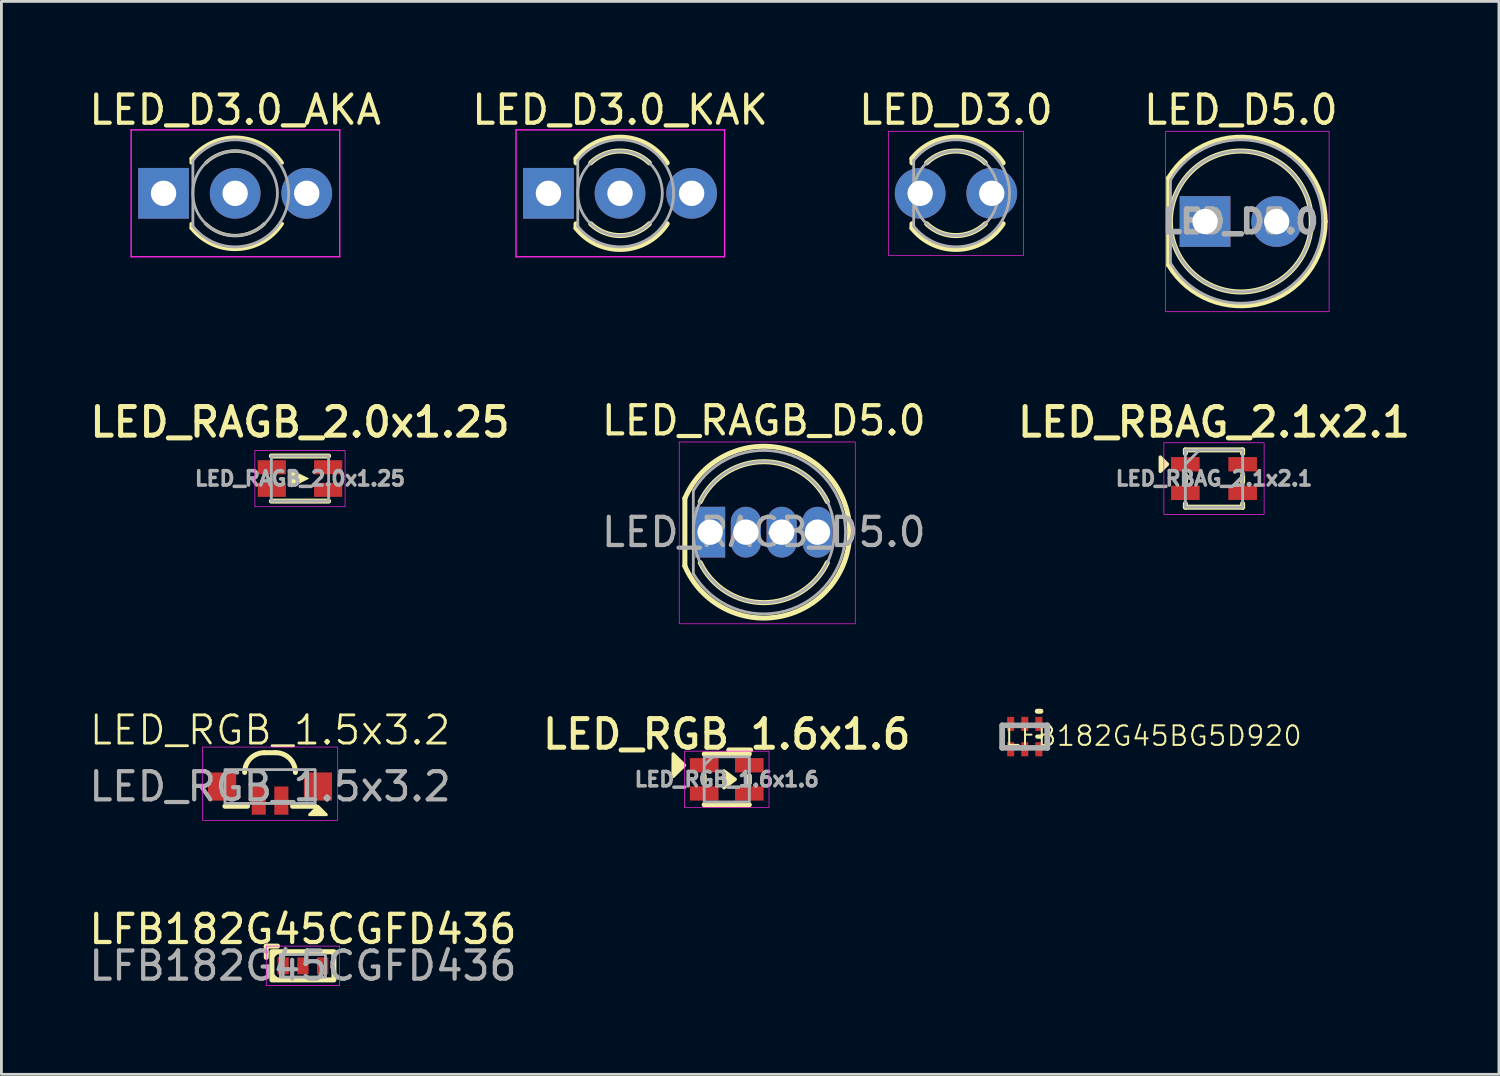
<source format=kicad_pcb>
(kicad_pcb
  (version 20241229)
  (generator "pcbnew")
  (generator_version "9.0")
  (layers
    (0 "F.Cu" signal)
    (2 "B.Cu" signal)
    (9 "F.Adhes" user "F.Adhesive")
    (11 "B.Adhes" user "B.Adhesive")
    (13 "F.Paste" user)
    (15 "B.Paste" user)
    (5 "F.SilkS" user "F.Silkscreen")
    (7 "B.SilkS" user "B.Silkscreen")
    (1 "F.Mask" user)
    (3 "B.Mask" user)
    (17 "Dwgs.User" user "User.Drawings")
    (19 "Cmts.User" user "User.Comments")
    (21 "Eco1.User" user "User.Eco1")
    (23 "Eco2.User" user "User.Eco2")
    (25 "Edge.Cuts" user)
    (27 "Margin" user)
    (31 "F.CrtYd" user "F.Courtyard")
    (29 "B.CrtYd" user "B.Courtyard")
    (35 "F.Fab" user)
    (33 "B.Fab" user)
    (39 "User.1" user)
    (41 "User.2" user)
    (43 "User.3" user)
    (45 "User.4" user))
  (footprint "LED_D5.0"
    (layer "F.Cu")
    (at 40.97 4.808)
    (property "Reference" "LED_D5.0" (at 0 -3.96 0) (layer "F.SilkS") (effects (font (size 1 1) (thickness 0.15))))
    (attr through_hole)
    (fp_line (start -2.56 -1.545) (end -2.56 1.545) (stroke (width 0.178) (type solid)) (layer "F.SilkS"))
    (fp_arc (start -2.56 -1.54483) (mid 0.802001 -2.880432) (end 2.99 0.000462) (stroke (width 0.1778) (type solid)) (layer "F.SilkS"))
    (fp_arc (start 2.99 -0.000462) (mid 0.802002 2.880433) (end -2.56 1.54483) (stroke (width 0.1778) (type solid)) (layer "F.SilkS"))
    (fp_circle (center 0 0) (end 2.5 0) (stroke (width 0.178) (type solid)) (fill no) (layer "F.SilkS"))
    (fp_rect (start -2.67 -3.2) (end 3.13 3.2) (stroke (width 0.025) (type default)) (fill no) (layer "F.CrtYd"))
    (fp_line (start -2.5 -1.47) (end -2.5 1.47) (stroke (width 0.1) (type solid)) (layer "F.Fab"))
    (fp_arc (start -2.5 -1.469694) (mid 2.9 0.000016) (end -2.500016 1.469666) (stroke (width 0.1) (type solid)) (layer "F.Fab"))
    (fp_circle (center 0 0) (end 2.5 0) (stroke (width 0.1) (type solid)) (fill no) (layer "F.Fab"))
    (fp_text user "${REFERENCE}" (at -0.02 0 0) (layer "F.Fab") (effects (font (size 0.8 0.8) (thickness 0.2))))
    (pad "A" thru_hole rect (at -1.27 0) (size 1.8 1.8) (drill 0.9) (layers "*.Cu" "*.Mask"))
    (pad "K" thru_hole circle (at 1.27 0) (size 1.8 1.8) (drill 0.9) (layers "*.Cu" "*.Mask")))
  (footprint "LED_D3.0_KAK"
    (layer "F.Cu")
    (at 18.946 3.808)
    (property "Reference" "LED_D3.0_KAK" (at 0 -2.96 0) (layer "F.SilkS") (effects (font (size 1 1) (thickness 0.15))))
    (attr through_hole)
    (fp_line (start -1.56 -1.236) (end -1.56 -1.08) (stroke (width 0.178) (type solid)) (layer "F.SilkS"))
    (fp_line (start -1.56 1.08) (end -1.56 1.236) (stroke (width 0.178) (type solid)) (layer "F.SilkS"))
    (fp_arc (start -1.56 -1.235516) (mid 0.096487 -1.987658) (end 1.672335 -1.078608) (stroke (width 0.1778) (type solid)) (layer "F.SilkS"))
    (fp_arc (start -1.040961 -1.08) (mid 0.000117 -1.5) (end 1.04113 -1.079837) (stroke (width 0.1778) (type solid)) (layer "F.SilkS"))
    (fp_arc (start 1.04113 1.079837) (mid 0.000117 1.5) (end -1.040961 1.08) (stroke (width 0.1778) (type solid)) (layer "F.SilkS"))
    (fp_arc (start 1.672335 1.078608) (mid 0.096487 1.987659) (end -1.56 1.235516) (stroke (width 0.1778) (type solid)) (layer "F.SilkS"))
    (fp_line (start -3.69 -2.25) (end -3.69 2.25) (stroke (width 0.05) (type solid)) (layer "F.CrtYd"))
    (fp_line (start -3.69 2.25) (end 3.71 2.25) (stroke (width 0.05) (type solid)) (layer "F.CrtYd"))
    (fp_line (start 3.71 -2.25) (end -3.69 -2.25) (stroke (width 0.05) (type solid)) (layer "F.CrtYd"))
    (fp_line (start 3.71 2.25) (end 3.71 -2.25) (stroke (width 0.05) (type solid)) (layer "F.CrtYd"))
    (fp_line (start -1.5 -1.166) (end -1.5 1.166) (stroke (width 0.1) (type solid)) (layer "F.Fab"))
    (fp_arc (start -1.5 -1.16619) (mid 1.9 0.000452) (end -1.500555 1.165476) (stroke (width 0.1) (type solid)) (layer "F.Fab"))
    (fp_circle (center 0 0) (end 1.5 0) (stroke (width 0.1) (type solid)) (fill no) (layer "F.Fab"))
    (pad "A" thru_hole circle (at 0 0) (size 1.8 1.8) (drill 0.9) (layers "*.Cu" "*.Mask"))
    (pad "K1" thru_hole rect (at -2.54 0) (size 1.8 1.8) (drill 0.9) (layers "*.Cu" "*.Mask"))
    (pad "K2" thru_hole circle (at 2.54 0) (size 1.8 1.8) (drill 0.9) (layers "*.Cu" "*.Mask")))
  (footprint "LED_D3.0_AKA"
    (layer "F.Cu")
    (at 5.292 3.808)
    (property "Reference" "LED_D3.0_AKA" (at 0 -2.96 0) (layer "F.SilkS") (effects (font (size 1 1) (thickness 0.15))))
    (attr through_hole)
    (fp_line (start -1.56 -1.236) (end -1.56 -1.08) (stroke (width 0.12) (type solid)) (layer "F.SilkS"))
    (fp_line (start -1.56 1.08) (end -1.56 1.236) (stroke (width 0.12) (type solid)) (layer "F.SilkS"))
    (fp_arc (start -1.56 -1.235516) (mid 0.096487 -1.987659) (end 1.672335 -1.078608) (stroke (width 0.12) (type solid)) (layer "F.SilkS"))
    (fp_arc (start -1.040961 -1.08) (mid 0.000117 -1.5) (end 1.04113 -1.079837) (stroke (width 0.12) (type solid)) (layer "F.SilkS"))
    (fp_arc (start 1.04113 1.079837) (mid 0.000117 1.5) (end -1.040961 1.08) (stroke (width 0.12) (type solid)) (layer "F.SilkS"))
    (fp_arc (start 1.672335 1.078608) (mid 0.096487 1.987659) (end -1.56 1.235516) (stroke (width 0.12) (type solid)) (layer "F.SilkS"))
    (fp_line (start -3.69 -2.25) (end -3.69 2.25) (stroke (width 0.05) (type solid)) (layer "F.CrtYd"))
    (fp_line (start -3.69 2.25) (end 3.71 2.25) (stroke (width 0.05) (type solid)) (layer "F.CrtYd"))
    (fp_line (start 3.71 -2.25) (end -3.69 -2.25) (stroke (width 0.05) (type solid)) (layer "F.CrtYd"))
    (fp_line (start 3.71 2.25) (end 3.71 -2.25) (stroke (width 0.05) (type solid)) (layer "F.CrtYd"))
    (fp_line (start -1.5 -1.166) (end -1.5 1.166) (stroke (width 0.1) (type solid)) (layer "F.Fab"))
    (fp_arc (start -1.5 -1.16619) (mid 1.9 0.000452) (end -1.500555 1.165476) (stroke (width 0.1) (type solid)) (layer "F.Fab"))
    (fp_circle (center 0 0) (end 1.5 0) (stroke (width 0.1) (type solid)) (fill no) (layer "F.Fab"))
    (pad "A1" thru_hole rect (at -2.54 0) (size 1.8 1.8) (drill 0.9) (layers "*.Cu" "*.Mask"))
    (pad "A2" thru_hole circle (at 2.54 0) (size 1.8 1.8) (drill 0.9) (layers "*.Cu" "*.Mask"))
    (pad "K" thru_hole circle (at 0 0) (size 1.8 1.8) (drill 0.9) (layers "*.Cu" "*.Mask")))
  (footprint "LED_RGB_1.5x3.2"
    (layer "F.Cu")
    (at 6.53 24.852)
    (property "Reference" "LED_RGB_1.5x3.2" (at 0 -2 0) (unlocked yes) (layer "F.SilkS") (effects (font (size 1 1) (thickness 0.1))))
    (attr smd)
    (fp_line (start -1.6 0.7) (end -0.8 0.7) (stroke (width 0.178) (type default)) (layer "F.SilkS"))
    (fp_line (start -0.2 -1.2) (end 0.2 -1.2) (stroke (width 0.178) (type default)) (layer "F.SilkS"))
    (fp_line (start 0.8 0.7) (end 1.6 0.7) (stroke (width 0.178) (type default)) (layer "F.SilkS"))
    (fp_arc (start -0.9 -0.5) (mid -0.694975 -0.994975) (end -0.2 -1.2) (stroke (width 0.1778) (type default)) (layer "F.SilkS"))
    (fp_arc (start 0.199998 -1.2) (mid 0.694973 -0.994975) (end 0.899998 -0.5) (stroke (width 0.1778) (type default)) (layer "F.SilkS"))
    (fp_poly (pts (xy 1.7 0.7) (xy 1.4 1) (xy 2 1)) (stroke (width 0.1) (type solid)) (fill yes) (layer "F.SilkS"))
    (fp_rect (start -2.4 -1.4) (end 2.4 1.2) (stroke (width 0.025) (type default)) (fill no) (layer "F.CrtYd"))
    (fp_rect (start -1.6 -0.6) (end 1.6 0.6) (stroke (width 0.1) (type default)) (fill no) (layer "F.Fab"))
    (fp_text user "${REFERENCE}" (at 0 0 0) (unlocked yes) (layer "F.Fab") (effects (font (size 1 1) (thickness 0.15))))
    (pad "A" smd rect (at 1.7 0) (size 1 1) (layers "F.Cu" "F.Mask" "F.Paste"))
    (pad "B" smd rect (at 0.4 0.5) (size 0.5 1) (layers "F.Cu" "F.Mask" "F.Paste"))
    (pad "G" smd rect (at -0.4 0.5) (size 0.5 1) (layers "F.Cu" "F.Mask" "F.Paste"))
    (pad "R" smd rect (at -1.7 0) (size 1 1) (layers "F.Cu" "F.Mask" "F.Paste")))
  (footprint "LED_RAGB_D5.0"
    (layer "F.Cu")
    (at 24.046 15.829)
    (property "Reference" "LED_RAGB_D5.0" (at 0 -3.96 0) (layer "F.SilkS") (effects (font (size 1 1) (thickness 0.15))))
    (attr through_hole)
    (fp_line (start -2.8 -1.2) (end -2.8 1.2) (stroke (width 0.178) (type solid)) (layer "F.SilkS"))
    (fp_arc (start -2.8 -1.2) (mid 3.046307 0) (end -2.8 1.2) (stroke (width 0.1778) (type solid)) (layer "F.SilkS"))
    (fp_arc (start -2.254684 -1.08) (mid -0.000238 -2.5) (end 2.254479 -1.080429) (stroke (width 0.1778) (type solid)) (layer "F.SilkS"))
    (fp_arc (start 2.254479 1.080429) (mid -0.000237 2.5) (end -2.254684 1.08) (stroke (width 0.1778) (type solid)) (layer "F.SilkS"))
    (fp_rect (start -3 -3.2) (end 3.245 3.25) (stroke (width 0.025) (type default)) (fill no) (layer "F.CrtYd"))
    (fp_line (start -2.5 -1.47) (end -2.5 1.47) (stroke (width 0.1) (type solid)) (layer "F.Fab"))
    (fp_arc (start -2.5 -1.469694) (mid 2.9 0.000016) (end -2.500016 1.469666) (stroke (width 0.1) (type solid)) (layer "F.Fab"))
    (fp_circle (center 0 0) (end 2.5 0) (stroke (width 0.1) (type solid)) (fill no) (layer "F.Fab"))
    (fp_text user "${REFERENCE}" (at 0 0 0) (layer "F.Fab") (effects (font (size 1 1) (thickness 0.15))))
    (pad "A" thru_hole oval (at -0.635 0) (size 1.07 1.8) (drill 0.9) (layers "*.Cu" "*.Mask"))
    (pad "B" thru_hole oval (at 1.905 0) (size 1.07 1.8) (drill 0.9) (layers "*.Cu" "*.Mask"))
    (pad "G" thru_hole oval (at 0.635 0) (size 1.07 1.8) (drill 0.9) (layers "*.Cu" "*.Mask"))
    (pad "R" thru_hole rect (at -1.905 0) (size 1.07 1.8) (drill 0.9) (layers "*.Cu" "*.Mask")))
  (footprint "LED_RGB_1.6x1.6"
    (layer "F.Cu")
    (at 22.732 24.598)
    (property "Reference" "LED_RGB_1.6x1.6" (at 0 -1.6 0) (layer "F.SilkS") (effects (font (size 1.016 1.016) (thickness 0.178))))
    (attr smd)
    (fp_line (start -0.8 -0.9) (end 0.8 -0.9) (stroke (width 0.178) (type solid)) (layer "F.SilkS"))
    (fp_line (start -0.8 0.127) (end -0.8 -0.127) (stroke (width 0.178) (type solid)) (layer "F.SilkS"))
    (fp_line (start -0.8 0.9) (end 0.8 0.9) (stroke (width 0.178) (type solid)) (layer "F.SilkS"))
    (fp_line (start 0.8 0.127) (end 0.8 -0.127) (stroke (width 0.178) (type solid)) (layer "F.SilkS"))
    (fp_poly (pts (xy -1.5 -0.5) (xy -1.905 -0.1) (xy -1.9 -0.9)) (stroke (width 0.12) (type solid)) (fill yes) (layer "F.SilkS"))
    (fp_poly (pts (xy 0.3 0) (xy -0.1 0.3) (xy -0.1 -0.3)) (stroke (width 0.12) (type solid)) (fill yes) (layer "F.SilkS"))
    (fp_rect (start -1.5 -1) (end 1.5 1) (stroke (width 0.025) (type solid)) (fill no) (layer "F.CrtYd"))
    (fp_line (start -0.8 -0.5) (end -0.5 -0.8) (stroke (width 0.1) (type solid)) (layer "F.Fab"))
    (fp_rect (start -0.8 0.8) (end 0.8 -0.8) (stroke (width 0.1) (type solid)) (fill no) (layer "F.Fab"))
    (fp_text user "${REFERENCE}" (at 0 0 0) (layer "F.Fab") (effects (font (size 0.508 0.508) (thickness 0.127))))
    (pad "A" smd rect (at 0.8 -0.5) (size 1.016 0.508) (layers "F.Cu" "F.Mask" "F.Paste"))
    (pad "B" smd rect (at -0.8 -0.5) (size 1.016 0.508) (layers "F.Cu" "F.Mask" "F.Paste"))
    (pad "G" smd rect (at -0.8 0.5) (size 1.016 0.508) (layers "F.Cu" "F.Mask" "F.Paste"))
    (pad "R" smd rect (at 0.8 0.5) (size 1.016 0.508) (layers "F.Cu" "F.Mask" "F.Paste")))
  (footprint "LED_D3.0"
    (layer "F.Cu")
    (at 30.863 3.808)
    (property "Reference" "LED_D3.0" (at 0 -2.96 0) (layer "F.SilkS") (effects (font (size 1 1) (thickness 0.15))))
    (attr through_hole)
    (fp_line (start -1.56 -1.236) (end -1.56 -1.08) (stroke (width 0.178) (type solid)) (layer "F.SilkS"))
    (fp_line (start -1.56 1.08) (end -1.56 1.236) (stroke (width 0.178) (type solid)) (layer "F.SilkS"))
    (fp_arc (start -1.56 -1.235516) (mid 0.096487 -1.987658) (end 1.672335 -1.078608) (stroke (width 0.1778) (type solid)) (layer "F.SilkS"))
    (fp_arc (start -1.040961 -1.08) (mid 0.000117 -1.5) (end 1.04113 -1.079837) (stroke (width 0.1778) (type solid)) (layer "F.SilkS"))
    (fp_arc (start 1.04113 1.079837) (mid 0.000117 1.5) (end -1.040961 1.08) (stroke (width 0.1778) (type solid)) (layer "F.SilkS"))
    (fp_arc (start 1.672335 1.078608) (mid 0.096487 1.987659) (end -1.56 1.235516) (stroke (width 0.1778) (type solid)) (layer "F.SilkS"))
    (fp_rect (start -2.4 -2.2) (end 2.4 2.2) (stroke (width 0.025) (type solid)) (fill no) (layer "F.CrtYd"))
    (fp_line (start -1.5 -1.166) (end -1.5 1.166) (stroke (width 0.1) (type solid)) (layer "F.Fab"))
    (fp_arc (start -1.5 -1.16619) (mid 1.9 0.000452) (end -1.500555 1.165476) (stroke (width 0.1) (type solid)) (layer "F.Fab"))
    (fp_circle (center 0 0) (end 1.5 0) (stroke (width 0.1) (type solid)) (fill no) (layer "F.Fab"))
    (pad "A" thru_hole circle (at -1.27 0) (size 1.8 1.8) (drill 0.9) (layers "*.Cu" "*.Mask"))
    (pad "K" thru_hole circle (at 1.27 0) (size 1.8 1.8) (drill 0.9) (layers "*.Cu" "*.Mask")))
  (footprint "LFB182G45BG5D920"
    (layer "F.Cu")
    (at 33.304 23.081)
    (property "Reference" "LFB182G45BG5D920" (at -0.762 0.381 0) (unlocked yes) (layer "F.SilkS") (effects (font (size 0.692 0.692) (thickness 0.07)) (justify left bottom)))
    (attr smd)
    (fp_line (start -0.8 -0.4) (end -0.8 0.4) (stroke (width 0.178) (type solid)) (layer "F.SilkS"))
    (fp_line (start 0.445 -0.9) (end 0.572 -0.9) (stroke (width 0.178) (type solid)) (layer "F.SilkS"))
    (fp_line (start 0.445 0) (end 0.572 0) (stroke (width 0.152) (type solid)) (layer "F.SilkS"))
    (fp_line (start 0.8 -0.4) (end 0.8 0.4) (stroke (width 0.178) (type solid)) (layer "F.SilkS"))
    (fp_line (start -0.8 -0.4) (end 0.8 -0.4) (stroke (width 0.2) (type solid)) (layer "F.Fab"))
    (fp_line (start -0.8 0.4) (end -0.8 -0.4) (stroke (width 0.2) (type solid)) (layer "F.Fab"))
    (fp_line (start 0.8 -0.4) (end 0.8 0.4) (stroke (width 0.2) (type solid)) (layer "F.Fab"))
    (fp_line (start 0.8 0.4) (end -0.8 0.4) (stroke (width 0.2) (type solid)) (layer "F.Fab"))
    (pad "1" smd rect (at 0.5 -0.45 90) (size 0.5 0.25) (layers "F.Cu" "F.Mask" "F.Paste"))
    (pad "2" smd rect (at 0 -0.45 90) (size 0.5 0.25) (layers "F.Cu" "F.Mask" "F.Paste"))
    (pad "3" smd rect (at -0.5 -0.45 90) (size 0.5 0.25) (layers "F.Cu" "F.Mask" "F.Paste"))
    (pad "4" smd rect (at -0.5 0.45 90) (size 0.5 0.25) (layers "F.Cu" "F.Mask" "F.Paste"))
    (pad "5" smd rect (at 0 0.45 90) (size 0.5 0.25) (layers "F.Cu" "F.Mask" "F.Paste"))
    (pad "6" smd rect (at 0.5 0.45 90) (size 0.5 0.25) (layers "F.Cu" "F.Mask" "F.Paste")))
  (footprint "LFB182G45CGFD436"
    (layer "F.Cu")
    (at 7.696 31.213)
    (property "Reference" "LFB182G45CGFD436" (at 0 -1.3 0) (unlocked yes) (layer "F.SilkS") (effects (font (size 1 1) (thickness 0.15))))
    (attr smd)
    (fp_line (start -1.3 -0.7) (end -0.9 -0.7) (stroke (width 0.178) (type solid)) (layer "F.SilkS"))
    (fp_line (start -1.3 -0.3) (end -1.3 -0.7) (stroke (width 0.178) (type solid)) (layer "F.SilkS"))
    (fp_line (start -1.1 -0.3) (end -0.9 -0.5) (stroke (width 0.12) (type solid)) (layer "F.SilkS"))
    (fp_line (start -1.1 0.3) (end -0.9 0.5) (stroke (width 0.12) (type solid)) (layer "F.SilkS"))
    (fp_rect (start -1.1 -0.5) (end 1.1 0.5) (stroke (width 0.178) (type solid)) (fill no) (layer "F.SilkS"))
    (fp_rect (start -1.3 -0.7) (end 1.3 0.7) (stroke (width 0.025) (type solid)) (fill no) (layer "F.CrtYd"))
    (fp_line (start -0.7 -0.4) (end -0.7 0.4) (stroke (width 0.1) (type solid)) (layer "F.Fab"))
    (fp_rect (start -0.8 -0.4) (end 0.8 0.4) (stroke (width 0.1) (type solid)) (fill no) (layer "F.Fab"))
    (fp_text user "${REFERENCE}" (at 0 0 0) (unlocked yes) (layer "F.Fab") (effects (font (size 1 1) (thickness 0.15))))
    (pad "1" smd rect (at -0.7 0) (size 0.4 0.6) (layers "F.Cu" "F.Mask" "F.Paste"))
    (pad "2" smd rect (at 0 0) (size 0.4 0.6) (layers "F.Cu" "F.Mask" "F.Paste"))
    (pad "3" smd rect (at 0.7 0) (size 0.4 0.6) (layers "F.Cu" "F.Mask" "F.Paste")))
  (footprint "LED_RAGB_2.0x1.25"
    (layer "F.Cu")
    (at 7.592 13.927)
    (property "Reference" "LED_RAGB_2.0x1.25" (at 0 -2 0) (layer "F.SilkS") (effects (font (size 1.016 1.016) (thickness 0.178))))
    (attr smd)
    (fp_line (start -1.016 -0.8) (end 1.016 -0.8) (stroke (width 0.178) (type solid)) (layer "F.SilkS"))
    (fp_line (start -1.016 0.8) (end 1.016 0.8) (stroke (width 0.178) (type solid)) (layer "F.SilkS"))
    (fp_poly (pts (xy 0.3 0) (xy -0.3 0.3) (xy -0.3 -0.3)) (stroke (width 0.025) (type solid)) (fill yes) (layer "F.SilkS"))
    (fp_rect (start -1.6 -1) (end 1.6 1) (stroke (width 0.025) (type solid)) (fill no) (layer "F.CrtYd"))
    (fp_rect (start -1.016 0.8) (end 1.016 -0.8) (stroke (width 0.1) (type solid)) (fill no) (layer "F.Fab"))
    (fp_text user "${REFERENCE}" (at 0 0 0) (layer "F.Fab") (effects (font (size 0.508 0.508) (thickness 0.127))))
    (pad "A" smd rect (at -1 0.4) (size 1 0.5) (layers "F.Cu" "F.Mask" "F.Paste"))
    (pad "B" smd rect (at 1 0.4) (size 1 0.5) (layers "F.Cu" "F.Mask" "F.Paste"))
    (pad "G" smd rect (at 1 -0.4) (size 1 0.5) (layers "F.Cu" "F.Mask" "F.Paste"))
    (pad "R" smd rect (at -1 -0.4) (size 1 0.5) (layers "F.Cu" "F.Mask" "F.Paste")))
  (footprint "LED_RBAG_2.1x2.1"
    (layer "F.Cu")
    (at 40.017 13.927)
    (property "Reference" "LED_RBAG_2.1x2.1" (at 0 -2 0) (layer "F.SilkS") (effects (font (size 1.016 1.016) (thickness 0.178))))
    (attr smd)
    (fp_line (start -1.016 -1.016) (end 1.016 -1.016) (stroke (width 0.178) (type solid)) (layer "F.SilkS"))
    (fp_line (start -1.016 -0.889) (end -1.016 -1.016) (stroke (width 0.178) (type solid)) (layer "F.SilkS"))
    (fp_line (start -1.016 0.127) (end -1.016 -0.127) (stroke (width 0.178) (type solid)) (layer "F.SilkS"))
    (fp_line (start -1.016 0.889) (end -1.016 1.016) (stroke (width 0.178) (type solid)) (layer "F.SilkS"))
    (fp_line (start -1.016 1.016) (end 1.016 1.016) (stroke (width 0.178) (type solid)) (layer "F.SilkS"))
    (fp_line (start 1.016 -0.889) (end 1.016 -1.016) (stroke (width 0.178) (type solid)) (layer "F.SilkS"))
    (fp_line (start 1.016 0.127) (end 1.016 -0.127) (stroke (width 0.178) (type solid)) (layer "F.SilkS"))
    (fp_line (start 1.016 0.889) (end 1.016 1.016) (stroke (width 0.178) (type solid)) (layer "F.SilkS"))
    (fp_poly (pts (xy -1.651 -0.508) (xy -1.905 -0.254) (xy -1.905 -0.762)) (stroke (width 0.12) (type solid)) (fill yes) (layer "F.SilkS"))
    (fp_rect (start -1.778 -1.27) (end 1.778 1.27) (stroke (width 0.025) (type solid)) (fill no) (layer "F.CrtYd"))
    (fp_line (start -1.016 -0.508) (end -0.508 -1.016) (stroke (width 0.1) (type solid)) (layer "F.Fab"))
    (fp_rect (start -1.016 1.016) (end 1.016 -1.016) (stroke (width 0.1) (type solid)) (fill no) (layer "F.Fab"))
    (fp_text user "${REFERENCE}" (at 0 0 0) (layer "F.Fab") (effects (font (size 0.508 0.508) (thickness 0.127))))
    (pad "A" smd rect (at 1.016 0.508) (size 1.016 0.508) (layers "F.Cu" "F.Mask" "F.Paste"))
    (pad "B" smd rect (at 1.016 -0.508) (size 1.016 0.508) (layers "F.Cu" "F.Mask" "F.Paste"))
    (pad "G" smd rect (at -1.016 0.508) (size 1.016 0.508) (layers "F.Cu" "F.Mask" "F.Paste"))
    (pad "R" smd rect (at -1.016 -0.508) (size 1.016 0.508) (layers "F.Cu" "F.Mask" "F.Paste")))
  (gr_rect
    (start -3 -3)
    (end 50.125 35.062)
    (stroke (width 0.1) (type default))
    (fill no)
    (layer "Edge.Cuts")))
</source>
